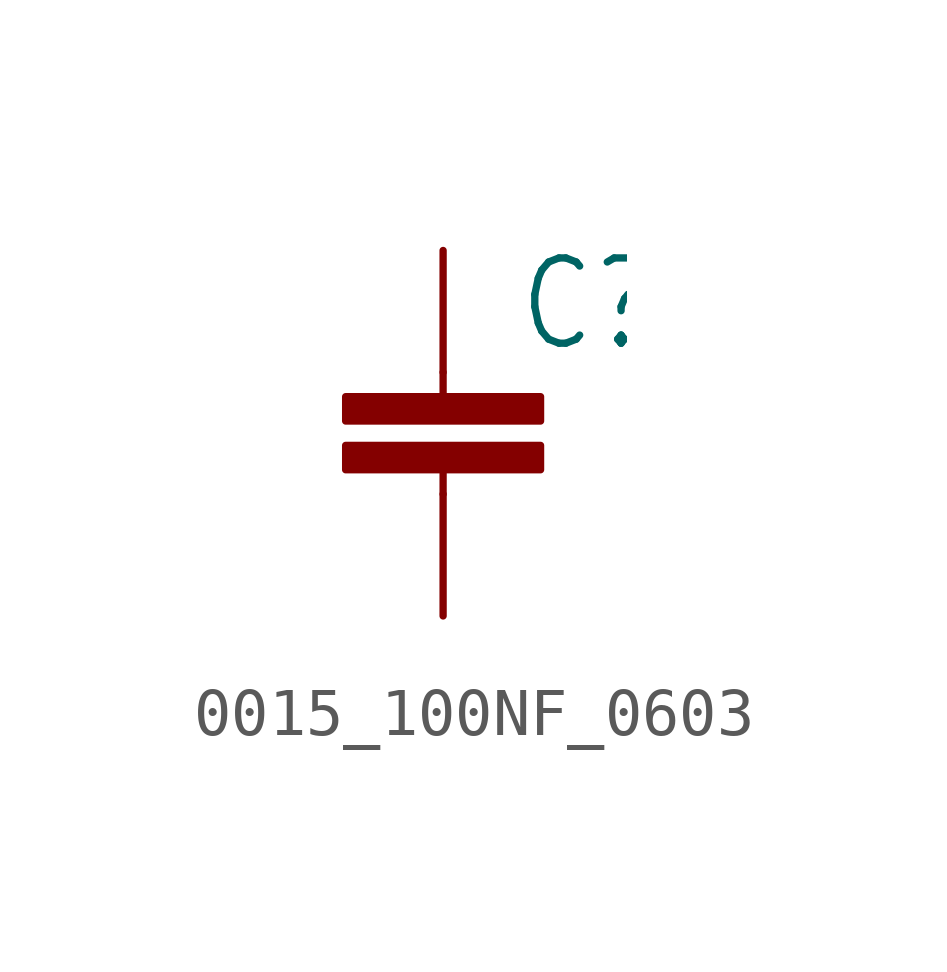
<source format=kicad_sym>
(kicad_symbol_lib
  (version 20241209)
  (generator "kicad_symbol_editor")
  (generator_version "9.0")
  (symbol "0015_100NF_0603"
    (property "Reference" "C"
      (at 1.524 0.381 0)
      (effects (font (size 1.778 1.511)) (justify left bottom)))
    (property "Value" ""
      (at 1.524 -4.699 0)
      (effects (font (size 1.778 1.511)) (justify left bottom)))
    (property "ki_locked" ""
      (at 0 0 0)
      (effects (font (size 1.27 1.27))))
    (symbol "0015_100NF_0603_1_0"
      (rectangle (start -2.032 -1.016) (end 2.032 -0.508) (stroke (width 0) (type default)) (fill (type outline)))
      (rectangle (start -2.032 -2.032) (end 2.032 -1.524) (stroke (width 0) (type default)) (fill (type outline)))
      (polyline (pts (xy 0 0) (xy 0 -0.508)) (stroke (width 0.152) (type solid)) (fill (type none)))
      (polyline (pts (xy 0 -2.54) (xy 0 -2.032)) (stroke (width 0.152) (type solid)) (fill (type none)))
      (pin passive line (at 0 2.54 270) (length 2.54) (name "1" (effects (font (size 0 0)))) (number "1" (effects (font (size 0 0)))))
      (pin passive line (at 0 -5.08 90) (length 2.54) (name "2" (effects (font (size 0 0)))) (number "2" (effects (font (size 0 0))))))))
</source>
